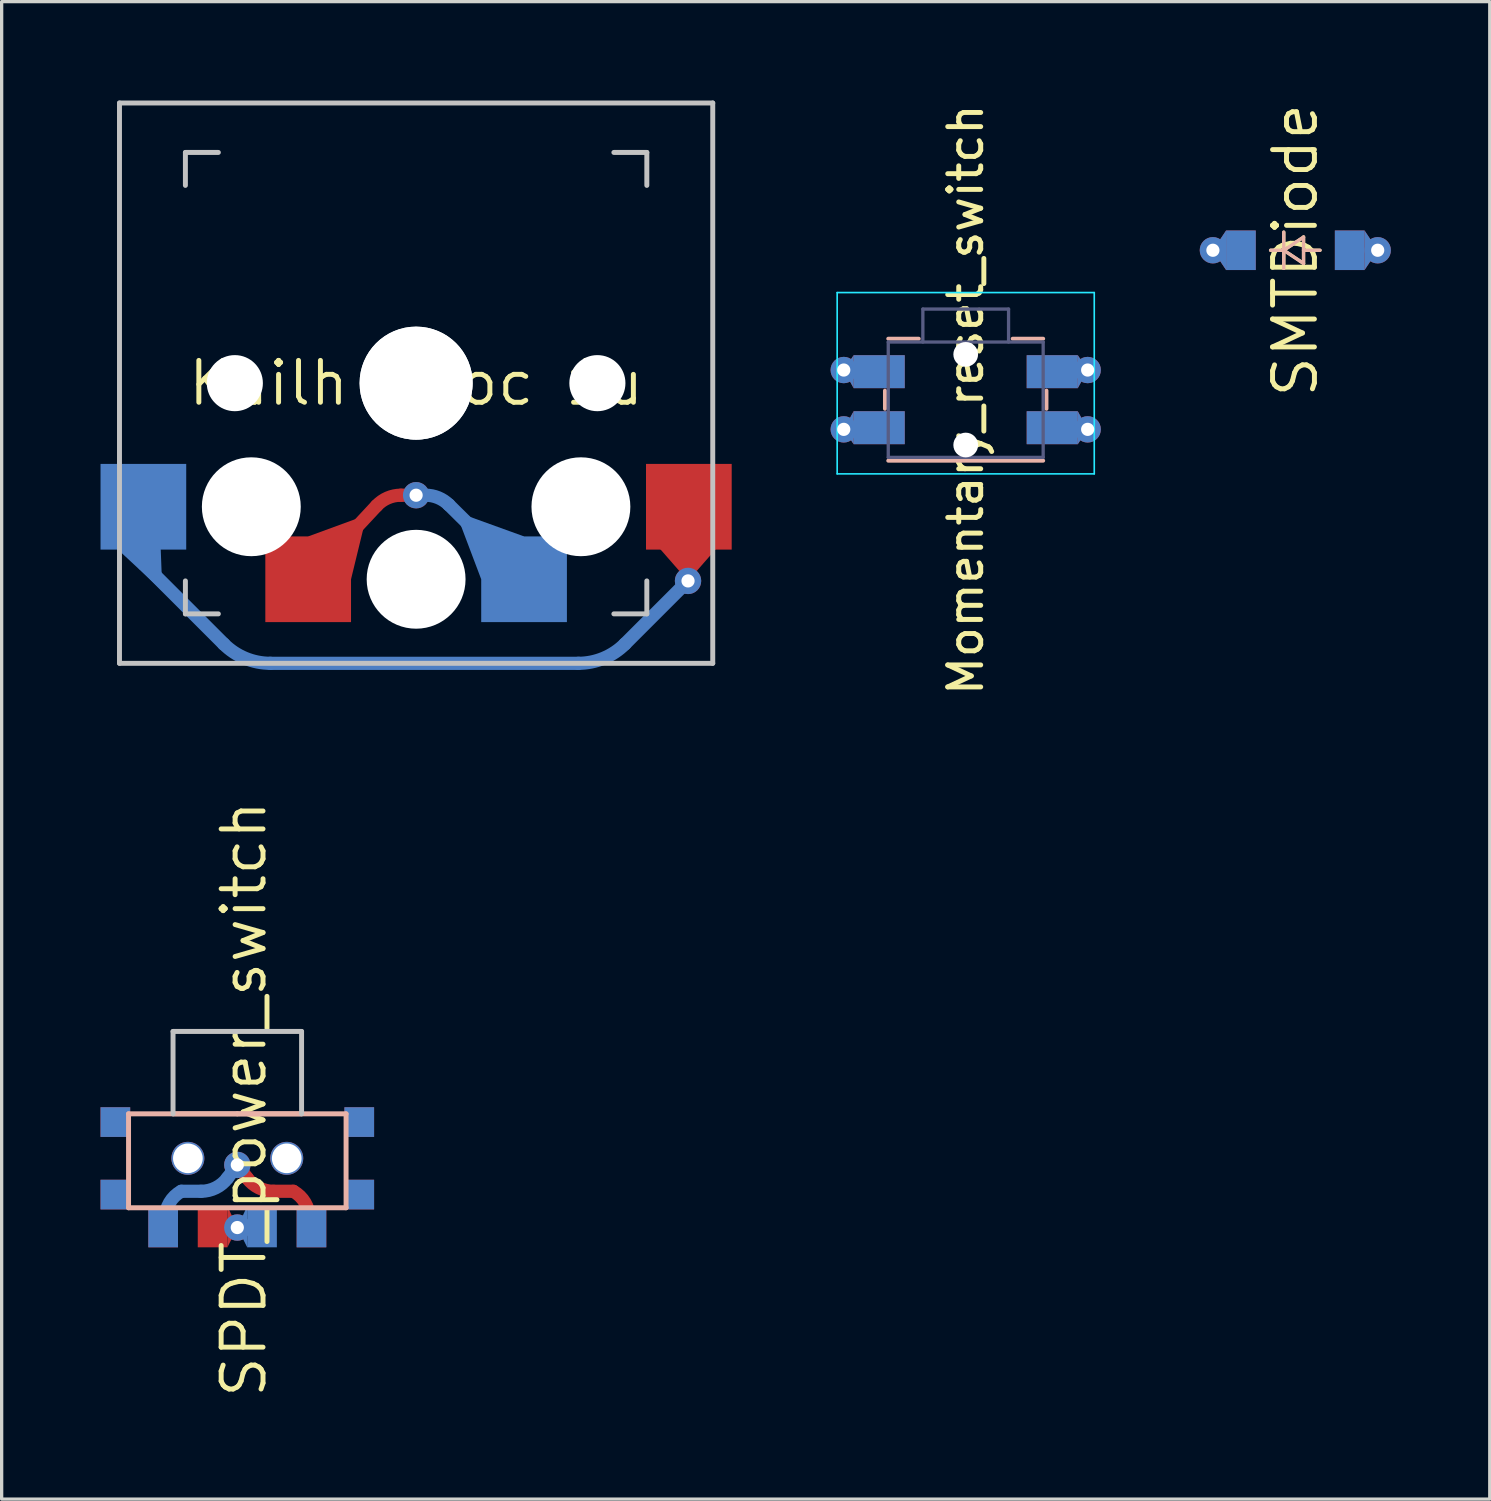
<source format=kicad_pcb>
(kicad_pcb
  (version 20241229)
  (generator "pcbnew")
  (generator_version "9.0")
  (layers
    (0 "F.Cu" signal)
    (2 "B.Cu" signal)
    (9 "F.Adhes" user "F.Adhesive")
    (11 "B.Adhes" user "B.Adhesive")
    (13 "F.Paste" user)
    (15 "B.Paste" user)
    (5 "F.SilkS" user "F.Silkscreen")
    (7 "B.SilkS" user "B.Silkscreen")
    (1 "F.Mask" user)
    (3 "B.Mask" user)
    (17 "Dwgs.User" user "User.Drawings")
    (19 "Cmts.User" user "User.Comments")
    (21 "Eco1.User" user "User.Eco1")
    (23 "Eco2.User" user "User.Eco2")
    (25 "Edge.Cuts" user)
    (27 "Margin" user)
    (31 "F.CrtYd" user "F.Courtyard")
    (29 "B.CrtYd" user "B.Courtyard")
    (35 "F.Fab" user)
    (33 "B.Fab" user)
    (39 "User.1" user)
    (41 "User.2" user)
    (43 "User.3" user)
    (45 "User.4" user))
  (footprint "Kailh Choc 1u"
    (layer "F.Cu")
    (at 9.575 8.575)
    (property "Reference" "Kailh Choc 1u" (at 0 0 0) (layer "F.SilkS") (effects (font (size 1.27 1.27) (thickness 0.15))))
    (attr through_hole)
    (fp_line (start -3.275 5.95) (end -1.197 3.718) (stroke (width 0.4) (type default)) (layer "F.Cu"))
    (fp_line (start -2.5 5.125) (end -2.097 4.671) (stroke (width 0.4) (type default)) (layer "F.Cu"))
    (fp_line (start -0.465 3.4) (end 0 3.4) (stroke (width 0.4) (type default)) (layer "F.Cu"))
    (fp_line (start 8.25 4.75) (end 8.25 6) (stroke (width 0.4) (type default)) (layer "F.Cu"))
    (fp_arc (start -1.196595 3.718449) (mid -0.863854 3.483062) (end -0.464824 3.4) (stroke (width 0.4) (type default)) (layer "F.Cu"))
    (fp_poly (pts (xy -3.275 4.65) (xy -1.975 5.95) (xy -1.5 4)) (stroke (width 0) (type solid)) (fill yes) (layer "F.Cu"))
    (fp_poly (pts (xy 7.2 4.8) (xy 8.25 6) (xy 9.3 4.8)) (stroke (width 0) (type solid)) (fill yes) (layer "F.Cu"))
    (fp_line (start -8.25 5.5) (end -8.25 4.75) (stroke (width 0.4) (type default)) (layer "B.Cu"))
    (fp_line (start -5.836 7.914) (end -8.25 5.5) (stroke (width 0.4) (type default)) (layer "B.Cu"))
    (fp_line (start 0.289 3.4) (end 0 3.4) (stroke (width 0.4) (type default)) (layer "B.Cu"))
    (fp_line (start 1.783 4.4) (end 2.25 4.75) (stroke (width 0.4) (type default)) (layer "B.Cu"))
    (fp_line (start 3.275 5.95) (end 0.992 3.689) (stroke (width 0.4) (type default)) (layer "B.Cu"))
    (fp_line (start 4.922 8.5) (end -4.422 8.5) (stroke (width 0.4) (type default)) (layer "B.Cu"))
    (fp_line (start 8.25 6) (end 6.336 7.914) (stroke (width 0.4) (type default)) (layer "B.Cu"))
    (fp_arc (start -4.421573 8.5) (mid -5.18694 8.347759) (end -5.835787 7.914213) (stroke (width 0.4) (type default)) (layer "B.Cu"))
    (fp_arc (start 0.288641 3.4) (mid 0.66907 3.47519) (end 0.99229 3.689452) (stroke (width 0.4) (type default)) (layer "B.Cu"))
    (fp_arc (start 6.335786 7.914214) (mid 5.68694 8.347759) (end 4.921573 8.5) (stroke (width 0.4) (type default)) (layer "B.Cu"))
    (fp_poly (pts (xy -9.1 5) (xy -7.7 6.3) (xy -7.75 5)) (stroke (width 0) (type solid)) (fill yes) (layer "B.Cu"))
    (fp_poly (pts (xy 1.975 5.95) (xy 3.275 4.65) (xy 1.2 3.9)) (stroke (width 0) (type solid)) (fill yes) (layer "B.Cu"))
    (fp_line (start -9 8.5) (end -9 -8.5) (stroke (width 0.15) (type solid)) (layer "Dwgs.User"))
    (fp_line (start -7 -6) (end -7 -7) (stroke (width 0.15) (type solid)) (layer "Dwgs.User"))
    (fp_line (start -7 7) (end -7 6) (stroke (width 0.15) (type solid)) (layer "Dwgs.User"))
    (fp_line (start -6 -7) (end -7 -7) (stroke (width 0.15) (type solid)) (layer "Dwgs.User"))
    (fp_line (start -6 7) (end -7 7) (stroke (width 0.15) (type solid)) (layer "Dwgs.User"))
    (fp_line (start 7 -7) (end 6 -7) (stroke (width 0.15) (type solid)) (layer "Dwgs.User"))
    (fp_line (start 7 -7) (end 7 -6) (stroke (width 0.15) (type solid)) (layer "Dwgs.User"))
    (fp_line (start 7 7) (end 6 7) (stroke (width 0.15) (type solid)) (layer "Dwgs.User"))
    (fp_line (start 7 7) (end 7 6) (stroke (width 0.15) (type solid)) (layer "Dwgs.User"))
    (fp_line (start 9 -8.5) (end -9 -8.5) (stroke (width 0.15) (type solid)) (layer "Dwgs.User"))
    (fp_line (start 9 8.5) (end -9 8.5) (stroke (width 0.15) (type solid)) (layer "Dwgs.User"))
    (fp_line (start 9 8.5) (end 9 -8.5) (stroke (width 0.15) (type solid)) (layer "Dwgs.User"))
    (pad "" np_thru_hole circle (at -5.5 0) (size 1.702 1.702) (drill 1.702) (layers "*.Cu" "*.Mask"))
    (pad "" np_thru_hole circle (at -5 3.75) (size 3 3) (drill 3) (layers "*.Cu" "*.Mask"))
    (pad "" np_thru_hole circle (at 0 0) (size 3.429 3.429) (drill 3.429) (layers "*.Cu" "*.Mask"))
    (pad "" np_thru_hole circle (at 0 0) (size 3.429 3.429) (drill 3.429) (layers "*.Cu" "*.Mask"))
    (pad "" np_thru_hole circle (at 0 5.95) (size 3 3) (drill 3) (layers "*.Cu" "*.Mask"))
    (pad "" np_thru_hole circle (at 5 3.75) (size 3 3) (drill 3) (layers "*.Cu" "*.Mask"))
    (pad "" np_thru_hole circle (at 5.5 0) (size 1.702 1.702) (drill 1.702) (layers "*.Cu" "*.Mask"))
    (pad "1" smd rect (at -3.275 5.95 180) (size 2.6 2.6) (layers "F.Cu" "F.Mask" "F.Paste"))
    (pad "1" smd rect (at 3.275 5.95 180) (size 2.6 2.6) (layers "B.Cu" "B.Mask" "B.Paste"))
    (pad "2" smd rect (at -8.275 3.75 180) (size 2.6 2.6) (layers "B.Cu" "B.Mask" "B.Paste"))
    (pad "2" smd rect (at 8.275 3.75 180) (size 2.6 2.6) (layers "F.Cu" "F.Mask" "F.Paste"))
    (pad "4" thru_hole circle (at 0 3.4) (size 0.8 0.8) (drill 0.4) (layers "*.Cu"))
    (pad "5" thru_hole circle (at 8.25 6) (size 0.8 0.8) (drill 0.4) (layers "*.Cu")))
  (footprint "SPDT_power_switch"
    (layer "F.Cu")
    (at 4.15 32.094)
    (property "Reference" "SPDT_power_switch" (at 0.2 -1.8 90) (layer "F.SilkS") (effects (font (size 1.27 1.27) (thickness 0.15))))
    (attr through_hole)
    (fp_line (start 0.3 0.6) (end 0 0.2) (stroke (width 0.4) (type default)) (layer "F.Cu"))
    (fp_line (start 1.7 1) (end 1.1 1) (stroke (width 0.4) (type default)) (layer "F.Cu"))
    (fp_line (start 2.25 2.075) (end 2.25 1.816) (stroke (width 0.4) (type default)) (layer "F.Cu"))
    (fp_arc (start 1.1 1) (mid 0.652786 0.894427) (end 0.3 0.6) (stroke (width 0.4) (type default)) (layer "F.Cu"))
    (fp_arc (start 1.7 1.000001) (mid 2.05259 1.342282) (end 2.182118 1.816305) (stroke (width 0.4) (type default)) (layer "F.Cu"))
    (fp_poly (pts (xy -0.3 1.45) (xy 0 2.1) (xy -0.3 2.7)) (stroke (width 0) (type solid)) (fill yes) (layer "F.Cu"))
    (fp_line (start -2.25 2.075) (end -2.25 1.816) (stroke (width 0.4) (type default)) (layer "B.Cu"))
    (fp_line (start -1.7 1) (end -1.1 1) (stroke (width 0.4) (type default)) (layer "B.Cu"))
    (fp_line (start -0.3 0.6) (end 0 0.2) (stroke (width 0.4) (type default)) (layer "B.Cu"))
    (fp_arc (start -2.182122 1.816305) (mid -2.052591 1.342281) (end -1.7 1.000001) (stroke (width 0.4) (type default)) (layer "B.Cu"))
    (fp_arc (start -0.3 0.6) (mid -0.652786 0.894427) (end -1.1 1) (stroke (width 0.4) (type default)) (layer "B.Cu"))
    (fp_poly (pts (xy 0.3 1.45) (xy 0 2.1) (xy 0.3 2.7)) (stroke (width 0) (type solid)) (fill yes) (layer "B.Cu"))
    (fp_line (start -3.3 -1.35) (end -3.3 1.5) (stroke (width 0.15) (type solid)) (layer "B.SilkS"))
    (fp_line (start -3.3 1.5) (end 3.3 1.5) (stroke (width 0.15) (type solid)) (layer "B.SilkS"))
    (fp_line (start 0 -1.35) (end -3.3 -1.35) (stroke (width 0.15) (type solid)) (layer "B.SilkS"))
    (fp_line (start 0 -1.35) (end 3.3 -1.35) (stroke (width 0.15) (type solid)) (layer "B.SilkS"))
    (fp_line (start 1.95 -1.35) (end -1.95 -1.35) (stroke (width 0.15) (type solid)) (layer "B.SilkS"))
    (fp_line (start 3.3 1.5) (end 3.3 -1.35) (stroke (width 0.15) (type solid)) (layer "B.SilkS"))
    (fp_line (start -1.95 -3.85) (end 1.95 -3.85) (stroke (width 0.15) (type solid)) (layer "Dwgs.User"))
    (fp_line (start -1.95 -1.35) (end -1.95 -3.85) (stroke (width 0.15) (type solid)) (layer "Dwgs.User"))
    (fp_line (start 1.95 -3.85) (end 1.95 -1.35) (stroke (width 0.15) (type solid)) (layer "Dwgs.User"))
    (pad "" smd rect (at -3.7 -1.1) (size 0.9 0.9) (layers "F.Cu" "F.Mask" "F.Paste"))
    (pad "" smd rect (at -3.7 -1.1) (size 0.9 0.9) (layers "B.Cu" "B.Mask" "B.Paste"))
    (pad "" smd rect (at -3.7 1.1) (size 0.9 0.9) (layers "F.Cu" "F.Mask" "F.Paste"))
    (pad "" smd rect (at -3.7 1.1) (size 0.9 0.9) (layers "B.Cu" "B.Mask" "B.Paste"))
    (pad "" np_thru_hole circle (at -1.5 0 270) (size 1 1) (drill 0.9) (layers "*.Cu" "*.Mask"))
    (pad "" np_thru_hole circle (at 1.5 0 270) (size 1 1) (drill 0.9) (layers "*.Cu" "*.Mask"))
    (pad "" smd rect (at 3.7 -1.1) (size 0.9 0.9) (layers "F.Cu" "F.Mask" "F.Paste"))
    (pad "" smd rect (at 3.7 -1.1) (size 0.9 0.9) (layers "B.Cu" "B.Mask" "B.Paste"))
    (pad "" smd rect (at 3.7 1.1) (size 0.9 0.9) (layers "F.Cu" "F.Mask" "F.Paste"))
    (pad "" smd rect (at 3.7 1.1) (size 0.9 0.9) (layers "B.Cu" "B.Mask" "B.Paste"))
    (pad "1" smd rect (at -2.25 2.075) (size 0.9 1.25) (layers "B.Cu" "B.Mask" "B.Paste"))
    (pad "1" smd rect (at 2.25 2.075) (size 0.9 1.25) (layers "F.Cu" "F.Mask" "F.Paste"))
    (pad "2" smd rect (at -0.75 2.075) (size 0.9 1.25) (layers "F.Cu" "F.Mask" "F.Paste"))
    (pad "2" smd rect (at 0.75 2.075) (size 0.9 1.25) (layers "B.Cu" "B.Mask" "B.Paste"))
    (pad "3" smd rect (at -2.25 2.075) (size 0.9 1.25) (layers "F.Cu" "F.Mask" "F.Paste"))
    (pad "3" smd rect (at 2.25 2.075) (size 0.9 1.25) (layers "B.Cu" "B.Mask" "B.Paste"))
    (pad "4" thru_hole circle (at 0 0.2) (size 0.8 0.8) (drill 0.4) (layers "*.Cu"))
    (pad "4" thru_hole circle (at 0 2.1) (size 0.8 0.8) (drill 0.4) (layers "*.Cu")))
  (footprint "Momentary_reset_switch"
    (layer "F.Cu")
    (at 26.25 9.077)
    (property "Reference" "Momentary_reset_switch" (at 0 0 90) (layer "F.SilkS") (effects (font (size 1 1) (thickness 0.15))))
    (attr through_hole)
    (fp_poly (pts (xy -3.7 -0.9) (xy -3.4 -1.35) (xy -3.4 -0.35)) (stroke (width 0) (type solid)) (fill yes) (layer "F.Cu"))
    (fp_poly (pts (xy -3.7 0.9) (xy -3.4 0.35) (xy -3.4 1.35)) (stroke (width 0) (type solid)) (fill yes) (layer "F.Cu"))
    (fp_poly (pts (xy 3.7 -0.9) (xy 3.4 -0.35) (xy 3.4 -1.35)) (stroke (width 0) (type solid)) (fill yes) (layer "F.Cu"))
    (fp_poly (pts (xy 3.7 0.9) (xy 3.4 1.35) (xy 3.4 0.35)) (stroke (width 0) (type solid)) (fill yes) (layer "F.Cu"))
    (fp_poly (pts (xy -3.7 -0.9) (xy -3.4 -0.35) (xy -3.4 -1.35)) (stroke (width 0) (type solid)) (fill yes) (layer "B.Cu"))
    (fp_poly (pts (xy -3.7 0.9) (xy -3.4 1.35) (xy -3.4 0.35)) (stroke (width 0) (type solid)) (fill yes) (layer "B.Cu"))
    (fp_poly (pts (xy 3.7 -0.9) (xy 3.4 -1.35) (xy 3.4 -0.35)) (stroke (width 0) (type solid)) (fill yes) (layer "B.Cu"))
    (fp_poly (pts (xy 3.7 0.9) (xy 3.4 0.35) (xy 3.4 1.35)) (stroke (width 0) (type solid)) (fill yes) (layer "B.Cu"))
    (fp_line (start -2.45 0.275) (end -2.45 -0.275) (stroke (width 0.12) (type solid)) (layer "B.SilkS"))
    (fp_line (start -1.425 -1.85) (end -2.35 -1.85) (stroke (width 0.12) (type solid)) (layer "B.SilkS"))
    (fp_line (start 2.35 -1.85) (end 1.425 -1.85) (stroke (width 0.12) (type solid)) (layer "B.SilkS"))
    (fp_line (start 2.35 1.85) (end -2.35 1.85) (stroke (width 0.12) (type solid)) (layer "B.SilkS"))
    (fp_line (start 2.45 0.275) (end 2.45 -0.275) (stroke (width 0.12) (type solid)) (layer "B.SilkS"))
    (fp_line (start -3.9 2.25) (end -3.9 -3.25) (stroke (width 0.05) (type solid)) (layer "B.CrtYd"))
    (fp_line (start 3.9 -3.25) (end -3.9 -3.25) (stroke (width 0.05) (type solid)) (layer "B.CrtYd"))
    (fp_line (start 3.9 2.25) (end -3.9 2.25) (stroke (width 0.05) (type solid)) (layer "B.CrtYd"))
    (fp_line (start 3.9 2.25) (end 3.9 -3.25) (stroke (width 0.05) (type solid)) (layer "B.CrtYd"))
    (fp_line (start -2.35 1.75) (end -2.35 -1.75) (stroke (width 0.1) (type solid)) (layer "B.Fab"))
    (fp_line (start -1.3 -2.75) (end -1.3 -1.75) (stroke (width 0.1) (type solid)) (layer "B.Fab"))
    (fp_line (start 1.3 -2.75) (end -1.3 -2.75) (stroke (width 0.1) (type solid)) (layer "B.Fab"))
    (fp_line (start 1.3 -2.75) (end 1.3 -1.75) (stroke (width 0.1) (type solid)) (layer "B.Fab"))
    (fp_line (start 2.35 -1.75) (end -2.35 -1.75) (stroke (width 0.1) (type solid)) (layer "B.Fab"))
    (fp_line (start 2.35 1.75) (end -2.35 1.75) (stroke (width 0.1) (type solid)) (layer "B.Fab"))
    (fp_line (start 2.35 1.75) (end 2.35 -1.75) (stroke (width 0.1) (type solid)) (layer "B.Fab"))
    (pad "" np_thru_hole circle (at 0 -1.375) (size 0.75 0.75) (drill 0.75) (layers "*.Cu" "*.Mask"))
    (pad "" np_thru_hole circle (at 0 1.375) (size 0.75 0.75) (drill 0.75) (layers "*.Cu" "*.Mask"))
    (pad "1" smd rect (at -2.625 -0.85) (size 1.55 1) (layers "F.Cu" "F.Mask" "F.Paste"))
    (pad "1" smd rect (at -2.625 -0.85) (size 1.55 1) (layers "B.Cu" "B.Mask" "B.Paste"))
    (pad "1" smd rect (at 2.625 -0.85) (size 1.55 1) (layers "F.Cu" "F.Mask" "F.Paste"))
    (pad "1" smd rect (at 2.625 -0.85) (size 1.55 1) (layers "B.Cu" "B.Mask" "B.Paste"))
    (pad "2" smd rect (at -2.625 0.85) (size 1.55 1) (layers "F.Cu" "F.Mask" "F.Paste"))
    (pad "2" smd rect (at -2.625 0.85) (size 1.55 1) (layers "B.Cu" "B.Mask" "B.Paste"))
    (pad "2" smd rect (at 2.625 0.85) (size 1.55 1) (layers "F.Cu" "F.Mask" "F.Paste"))
    (pad "2" smd rect (at 2.625 0.85) (size 1.55 1) (layers "B.Cu" "B.Mask" "B.Paste"))
    (pad "5" thru_hole circle (at -3.7 -0.9) (size 0.8 0.8) (drill 0.4) (layers "*.Cu"))
    (pad "5" thru_hole circle (at -3.7 0.9) (size 0.8 0.8) (drill 0.4) (layers "*.Cu"))
    (pad "5" thru_hole circle (at 3.7 -0.9) (size 0.8 0.8) (drill 0.4) (layers "*.Cu"))
    (pad "5" thru_hole circle (at 3.7 0.9) (size 0.8 0.8) (drill 0.4) (layers "*.Cu")))
  (footprint "SMTDiode"
    (layer "F.Cu")
    (at 36.25 4.543)
    (property "Reference" "SMTDiode" (at 0 0 270) (layer "F.SilkS") (effects (font (size 1.27 1.27) (thickness 0.15))))
    (attr through_hole)
    (fp_poly (pts (xy -2.1 -0.6) (xy -2.5 0) (xy -2.1 0.6)) (stroke (width 0) (type solid)) (fill yes) (layer "F.Cu"))
    (fp_poly (pts (xy 2.1 0.6) (xy 2.5 0) (xy 2.1 -0.6)) (stroke (width 0) (type solid)) (fill yes) (layer "F.Cu"))
    (fp_poly (pts (xy -2.1 0.6) (xy -2.5 0) (xy -2.1 -0.6)) (stroke (width 0) (type solid)) (fill yes) (layer "B.Cu"))
    (fp_poly (pts (xy 2.1 -0.6) (xy 2.5 0) (xy 2.1 0.6)) (stroke (width 0) (type solid)) (fill yes) (layer "B.Cu"))
    (fp_line (start -0.75 0) (end -0.35 0) (stroke (width 0.1) (type solid)) (layer "F.SilkS"))
    (fp_line (start -0.35 0) (end -0.35 -0.55) (stroke (width 0.1) (type solid)) (layer "F.SilkS"))
    (fp_line (start -0.35 0) (end -0.35 0.55) (stroke (width 0.1) (type solid)) (layer "F.SilkS"))
    (fp_line (start -0.35 0) (end 0.25 -0.4) (stroke (width 0.1) (type solid)) (layer "F.SilkS"))
    (fp_line (start 0.25 -0.4) (end 0.25 0.4) (stroke (width 0.1) (type solid)) (layer "F.SilkS"))
    (fp_line (start 0.25 0) (end 0.75 0) (stroke (width 0.1) (type solid)) (layer "F.SilkS"))
    (fp_line (start 0.25 0.4) (end -0.35 0) (stroke (width 0.1) (type solid)) (layer "F.SilkS"))
    (fp_line (start -0.75 0) (end -0.35 0) (stroke (width 0.1) (type solid)) (layer "B.SilkS"))
    (fp_line (start -0.35 0) (end -0.35 -0.55) (stroke (width 0.1) (type solid)) (layer "B.SilkS"))
    (fp_line (start -0.35 0) (end -0.35 0.55) (stroke (width 0.1) (type solid)) (layer "B.SilkS"))
    (fp_line (start -0.35 0) (end 0.25 -0.4) (stroke (width 0.1) (type solid)) (layer "B.SilkS"))
    (fp_line (start 0.25 -0.4) (end 0.25 0.4) (stroke (width 0.1) (type solid)) (layer "B.SilkS"))
    (fp_line (start 0.25 0) (end 0.75 0) (stroke (width 0.1) (type solid)) (layer "B.SilkS"))
    (fp_line (start 0.25 0.4) (end -0.35 0) (stroke (width 0.1) (type solid)) (layer "B.SilkS"))
    (pad "1" smd rect (at -1.65 0) (size 0.9 1.2) (layers "F.Cu" "F.Mask" "F.Paste"))
    (pad "1" smd rect (at -1.65 0) (size 0.9 1.2) (layers "B.Cu" "B.Mask" "B.Paste"))
    (pad "2" smd rect (at 1.65 0) (size 0.9 1.2) (layers "F.Cu" "F.Mask" "F.Paste"))
    (pad "2" smd rect (at 1.65 0) (size 0.9 1.2) (layers "B.Cu" "B.Mask" "B.Paste"))
    (pad "3" thru_hole circle (at -2.5 0) (size 0.8 0.8) (drill 0.4) (layers "*.Cu"))
    (pad "3" thru_hole circle (at 2.5 0) (size 0.8 0.8) (drill 0.4) (layers "*.Cu")))
  (gr_rect
    (start -3 -3)
    (end 42.15 42.433)
    (stroke (width 0.1) (type default))
    (fill no)
    (layer "Edge.Cuts")))
</source>
